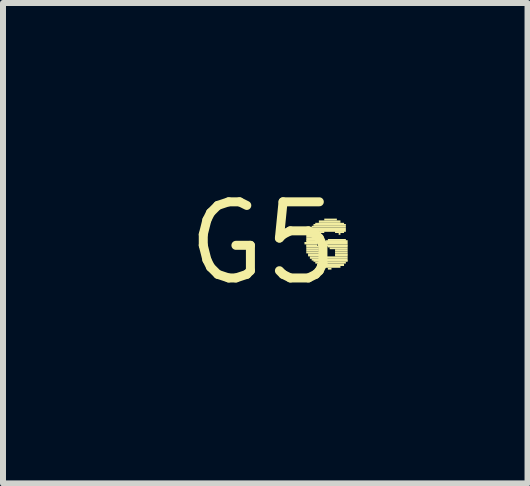
<source format=kicad_pcb>
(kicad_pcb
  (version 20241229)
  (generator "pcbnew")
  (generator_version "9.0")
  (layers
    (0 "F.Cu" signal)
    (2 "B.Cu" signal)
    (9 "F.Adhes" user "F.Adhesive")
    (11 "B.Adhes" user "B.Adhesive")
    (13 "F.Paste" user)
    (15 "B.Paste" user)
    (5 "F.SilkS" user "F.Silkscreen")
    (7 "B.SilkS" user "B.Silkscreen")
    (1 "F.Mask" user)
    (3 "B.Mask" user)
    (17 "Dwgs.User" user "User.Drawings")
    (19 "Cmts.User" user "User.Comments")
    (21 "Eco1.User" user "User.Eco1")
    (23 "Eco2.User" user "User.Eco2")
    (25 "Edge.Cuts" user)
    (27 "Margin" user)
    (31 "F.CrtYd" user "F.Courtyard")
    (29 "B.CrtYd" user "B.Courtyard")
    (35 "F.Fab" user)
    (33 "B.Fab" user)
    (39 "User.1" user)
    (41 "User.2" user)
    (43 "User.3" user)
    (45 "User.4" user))
  (footprint "G5"
    (layer "F.Cu")
    (at 1.338 1.006)
    (property "Reference" "G5" (at 0 0 0) (layer "F.SilkS") (effects (font (size 1.27 1.27) (thickness 0.15))))
    (attr through_hole)
    (fp_poly (pts (xy 0.69 0.02) (xy 0.9 0.02) (xy 0.9 -0.02) (xy 0.69 -0.02)) (stroke (width 0) (type solid)) (fill yes) (layer "F.SilkS"))
    (fp_poly (pts (xy 0.72 -0.14) (xy 0.96 -0.14) (xy 0.96 -0.17) (xy 0.72 -0.17)) (stroke (width 0) (type solid)) (fill yes) (layer "F.SilkS"))
    (fp_poly (pts (xy 0.72 -0.1) (xy 0.96 -0.1) (xy 0.96 -0.14) (xy 0.72 -0.14)) (stroke (width 0) (type solid)) (fill yes) (layer "F.SilkS"))
    (fp_poly (pts (xy 0.72 -0.07) (xy 0.93 -0.07) (xy 0.93 -0.1) (xy 0.72 -0.1)) (stroke (width 0) (type solid)) (fill yes) (layer "F.SilkS"))
    (fp_poly (pts (xy 0.72 -0.04) (xy 0.93 -0.04) (xy 0.93 -0.07) (xy 0.72 -0.07)) (stroke (width 0) (type solid)) (fill yes) (layer "F.SilkS"))
    (fp_poly (pts (xy 0.72 -0.02) (xy 0.9 -0.02) (xy 0.9 -0.05) (xy 0.72 -0.05)) (stroke (width 0) (type solid)) (fill yes) (layer "F.SilkS"))
    (fp_poly (pts (xy 0.72 0.05) (xy 0.9 0.05) (xy 0.9 0.02) (xy 0.72 0.02)) (stroke (width 0) (type solid)) (fill yes) (layer "F.SilkS"))
    (fp_poly (pts (xy 0.72 0.07) (xy 0.93 0.07) (xy 0.93 0.04) (xy 0.72 0.04)) (stroke (width 0) (type solid)) (fill yes) (layer "F.SilkS"))
    (fp_poly (pts (xy 0.72 0.1) (xy 0.93 0.1) (xy 0.93 0.07) (xy 0.72 0.07)) (stroke (width 0) (type solid)) (fill yes) (layer "F.SilkS"))
    (fp_poly (pts (xy 0.72 0.14) (xy 0.93 0.14) (xy 0.93 0.1) (xy 0.72 0.1)) (stroke (width 0) (type solid)) (fill yes) (layer "F.SilkS"))
    (fp_poly (pts (xy 0.72 0.17) (xy 0.96 0.17) (xy 0.96 0.14) (xy 0.72 0.14)) (stroke (width 0) (type solid)) (fill yes) (layer "F.SilkS"))
    (fp_poly (pts (xy 0.75 -0.19) (xy 1.38 -0.19) (xy 1.38 -0.22) (xy 0.75 -0.22)) (stroke (width 0) (type solid)) (fill yes) (layer "F.SilkS"))
    (fp_poly (pts (xy 0.75 -0.17) (xy 1.02 -0.17) (xy 1.02 -0.2) (xy 0.75 -0.2)) (stroke (width 0) (type solid)) (fill yes) (layer "F.SilkS"))
    (fp_poly (pts (xy 0.75 0.2) (xy 0.99 0.2) (xy 0.99 0.17) (xy 0.75 0.17)) (stroke (width 0) (type solid)) (fill yes) (layer "F.SilkS"))
    (fp_poly (pts (xy 0.75 0.22) (xy 1.05 0.22) (xy 1.05 0.19) (xy 0.75 0.19)) (stroke (width 0) (type solid)) (fill yes) (layer "F.SilkS"))
    (fp_poly (pts (xy 0.78 -0.22) (xy 1.38 -0.22) (xy 1.38 -0.26) (xy 0.78 -0.26)) (stroke (width 0) (type solid)) (fill yes) (layer "F.SilkS"))
    (fp_poly (pts (xy 0.78 0.26) (xy 1.41 0.26) (xy 1.41 0.22) (xy 0.78 0.22)) (stroke (width 0) (type solid)) (fill yes) (layer "F.SilkS"))
    (fp_poly (pts (xy 0.81 -0.26) (xy 1.38 -0.26) (xy 1.38 -0.29) (xy 0.81 -0.29)) (stroke (width 0) (type solid)) (fill yes) (layer "F.SilkS"))
    (fp_poly (pts (xy 0.81 0.29) (xy 1.41 0.29) (xy 1.41 0.26) (xy 0.81 0.26)) (stroke (width 0) (type solid)) (fill yes) (layer "F.SilkS"))
    (fp_poly (pts (xy 0.84 -0.29) (xy 1.38 -0.29) (xy 1.38 -0.32) (xy 0.84 -0.32)) (stroke (width 0) (type solid)) (fill yes) (layer "F.SilkS"))
    (fp_poly (pts (xy 0.84 0.31) (xy 1.41 0.31) (xy 1.41 0.28) (xy 0.84 0.28)) (stroke (width 0) (type solid)) (fill yes) (layer "F.SilkS"))
    (fp_poly (pts (xy 0.87 -0.31) (xy 1.35 -0.31) (xy 1.35 -0.34) (xy 0.87 -0.34)) (stroke (width 0) (type solid)) (fill yes) (layer "F.SilkS"))
    (fp_poly (pts (xy 0.87 0.34) (xy 1.38 0.34) (xy 1.38 0.31) (xy 0.87 0.31)) (stroke (width 0) (type solid)) (fill yes) (layer "F.SilkS"))
    (fp_poly (pts (xy 0.9 0.38) (xy 1.35 0.38) (xy 1.35 0.34) (xy 0.9 0.34)) (stroke (width 0) (type solid)) (fill yes) (layer "F.SilkS"))
    (fp_poly (pts (xy 0.93 -0.34) (xy 1.29 -0.34) (xy 1.29 -0.38) (xy 0.93 -0.38)) (stroke (width 0) (type solid)) (fill yes) (layer "F.SilkS"))
    (fp_poly (pts (xy 0.96 0.41) (xy 1.29 0.41) (xy 1.29 0.38) (xy 0.96 0.38)) (stroke (width 0) (type solid)) (fill yes) (layer "F.SilkS"))
    (fp_poly (pts (xy 1.02 -0.38) (xy 1.23 -0.38) (xy 1.23 -0.41) (xy 1.02 -0.41)) (stroke (width 0) (type solid)) (fill yes) (layer "F.SilkS"))
    (fp_poly (pts (xy 1.05 -0.02) (xy 1.41 -0.02) (xy 1.41 -0.05) (xy 1.05 -0.05)) (stroke (width 0) (type solid)) (fill yes) (layer "F.SilkS"))
    (fp_poly (pts (xy 1.05 0.02) (xy 1.41 0.02) (xy 1.41 -0.02) (xy 1.05 -0.02)) (stroke (width 0) (type solid)) (fill yes) (layer "F.SilkS"))
    (fp_poly (pts (xy 1.05 0.05) (xy 1.41 0.05) (xy 1.41 0.02) (xy 1.05 0.02)) (stroke (width 0) (type solid)) (fill yes) (layer "F.SilkS"))
    (fp_poly (pts (xy 1.08 -0.04) (xy 1.38 -0.04) (xy 1.38 -0.07) (xy 1.08 -0.07)) (stroke (width 0) (type solid)) (fill yes) (layer "F.SilkS"))
    (fp_poly (pts (xy 1.08 0.07) (xy 1.41 0.07) (xy 1.41 0.04) (xy 1.08 0.04)) (stroke (width 0) (type solid)) (fill yes) (layer "F.SilkS"))
    (fp_poly (pts (xy 1.08 0.44) (xy 1.14 0.44) (xy 1.14 0.41) (xy 1.08 0.41)) (stroke (width 0) (type solid)) (fill yes) (layer "F.SilkS"))
    (fp_poly (pts (xy 1.11 0.1) (xy 1.41 0.1) (xy 1.41 0.07) (xy 1.11 0.07)) (stroke (width 0) (type solid)) (fill yes) (layer "F.SilkS"))
    (fp_poly (pts (xy 1.2 -0.17) (xy 1.35 -0.17) (xy 1.35 -0.2) (xy 1.2 -0.2)) (stroke (width 0) (type solid)) (fill yes) (layer "F.SilkS"))
    (fp_poly (pts (xy 1.2 0.14) (xy 1.41 0.14) (xy 1.41 0.1) (xy 1.2 0.1)) (stroke (width 0) (type solid)) (fill yes) (layer "F.SilkS"))
    (fp_poly (pts (xy 1.2 0.17) (xy 1.41 0.17) (xy 1.41 0.14) (xy 1.2 0.14)) (stroke (width 0) (type solid)) (fill yes) (layer "F.SilkS"))
    (fp_poly (pts (xy 1.2 0.2) (xy 1.41 0.2) (xy 1.41 0.17) (xy 1.2 0.17)) (stroke (width 0) (type solid)) (fill yes) (layer "F.SilkS"))
    (fp_poly (pts (xy 1.2 0.22) (xy 1.41 0.22) (xy 1.41 0.19) (xy 1.2 0.19)) (stroke (width 0) (type solid)) (fill yes) (layer "F.SilkS"))
    (fp_poly (pts (xy 1.26 -0.14) (xy 1.29 -0.14) (xy 1.29 -0.17) (xy 1.26 -0.17)) (stroke (width 0) (type solid)) (fill yes) (layer "F.SilkS")))
  (gr_rect
    (start -3 -3)
    (end 5.748 5.012)
    (stroke (width 0.1) (type default))
    (fill no)
    (layer "Edge.Cuts")))
</source>
